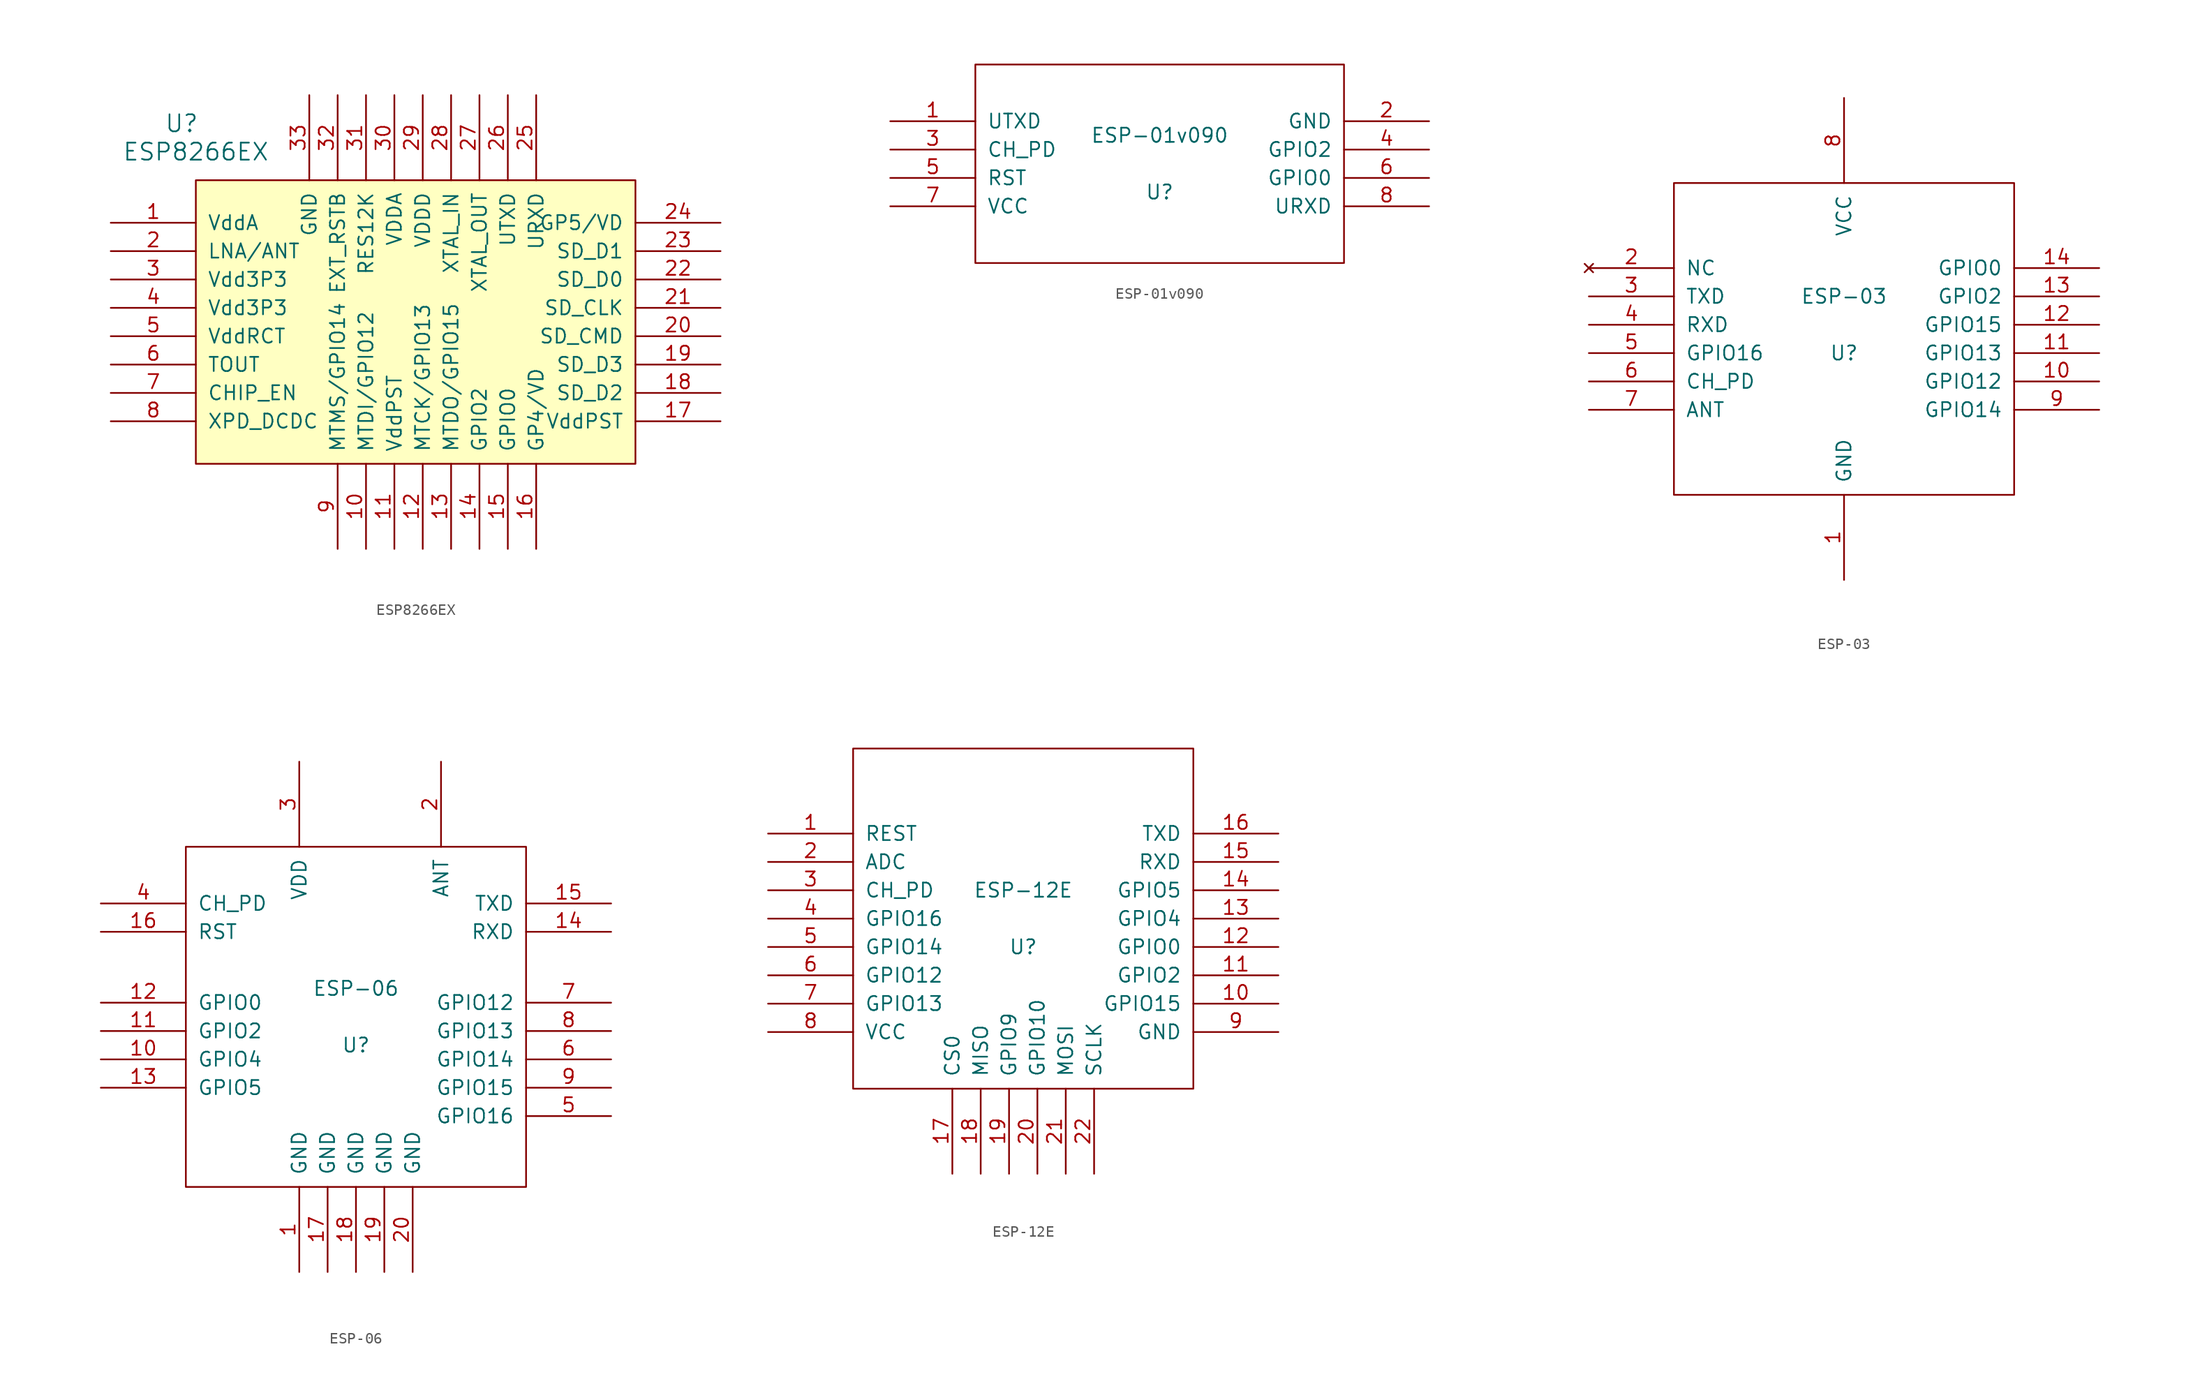
<source format=kicad_sym>
(kicad_symbol_lib
  (version 20241209)
  (generator "kicad_symbol_editor")
  (generator_version "9.0")
  (symbol "ESP8266EX"
    (pin_names
      (offset 1.016))
    (property "Reference" "U"
      (at -22.86 17.78 0)
      (effects (font (size 1.524 1.524))))
    (property "Value" "ESP8266EX"
      (at -21.59 15.24 0)
      (effects (font (size 1.524 1.524))))
    (property "Footprint" ""
      (at -22.86 17.78 0)
      (effects (font (size 1.524 1.524))))
    (property "Datasheet" ""
      (at -22.86 17.78 0)
      (effects (font (size 1.524 1.524))))
    (symbol "ESP8266EX_0_1"
      (rectangle (start -21.59 12.7) (end 17.78 -12.7) (stroke (width 0) (type solid)) (fill (type background))))
    (symbol "ESP8266EX_1_1"
      (pin input line (at -29.21 8.89 0) (length 7.62) (name "VddA" (effects (font (size 1.27 1.27)))) (number "1" (effects (font (size 1.27 1.27)))))
      (pin input line (at -29.21 6.35 0) (length 7.62) (name "LNA/ANT" (effects (font (size 1.27 1.27)))) (number "2" (effects (font (size 1.27 1.27)))))
      (pin input line (at -29.21 3.81 0) (length 7.62) (name "Vdd3P3" (effects (font (size 1.27 1.27)))) (number "3" (effects (font (size 1.27 1.27)))))
      (pin input line (at -29.21 1.27 0) (length 7.62) (name "Vdd3P3" (effects (font (size 1.27 1.27)))) (number "4" (effects (font (size 1.27 1.27)))))
      (pin input line (at -29.21 -1.27 0) (length 7.62) (name "VddRCT" (effects (font (size 1.27 1.27)))) (number "5" (effects (font (size 1.27 1.27)))))
      (pin input line (at -29.21 -3.81 0) (length 7.62) (name "TOUT" (effects (font (size 1.27 1.27)))) (number "6" (effects (font (size 1.27 1.27)))))
      (pin input line (at -29.21 -6.35 0) (length 7.62) (name "CHIP_EN" (effects (font (size 1.27 1.27)))) (number "7" (effects (font (size 1.27 1.27)))))
      (pin input line (at -29.21 -8.89 0) (length 7.62) (name "XPD_DCDC" (effects (font (size 1.27 1.27)))) (number "8" (effects (font (size 1.27 1.27)))))
      (pin input line (at -11.43 20.32 270) (length 7.62) (name "GND" (effects (font (size 1.27 1.27)))) (number "33" (effects (font (size 1.27 1.27)))))
      (pin input line (at -8.89 20.32 270) (length 7.62) (name "EXT_RSTB" (effects (font (size 1.27 1.27)))) (number "32" (effects (font (size 1.27 1.27)))))
      (pin input line (at -8.89 -20.32 90) (length 7.62) (name "MTMS/GPIO14" (effects (font (size 1.27 1.27)))) (number "9" (effects (font (size 1.27 1.27)))))
      (pin input line (at -6.35 20.32 270) (length 7.62) (name "RES12K" (effects (font (size 1.27 1.27)))) (number "31" (effects (font (size 1.27 1.27)))))
      (pin input line (at -6.35 -20.32 90) (length 7.62) (name "MTDI/GPIO12" (effects (font (size 1.27 1.27)))) (number "10" (effects (font (size 1.27 1.27)))))
      (pin input line (at -3.81 20.32 270) (length 7.62) (name "VDDA" (effects (font (size 1.27 1.27)))) (number "30" (effects (font (size 1.27 1.27)))))
      (pin input line (at -3.81 -20.32 90) (length 7.62) (name "VddPST" (effects (font (size 1.27 1.27)))) (number "11" (effects (font (size 1.27 1.27)))))
      (pin input line (at -1.27 20.32 270) (length 7.62) (name "VDDD" (effects (font (size 1.27 1.27)))) (number "29" (effects (font (size 1.27 1.27)))))
      (pin input line (at -1.27 -20.32 90) (length 7.62) (name "MTCK/GPIO13" (effects (font (size 1.27 1.27)))) (number "12" (effects (font (size 1.27 1.27)))))
      (pin input line (at 1.27 20.32 270) (length 7.62) (name "XTAL_IN" (effects (font (size 1.27 1.27)))) (number "28" (effects (font (size 1.27 1.27)))))
      (pin input line (at 1.27 -20.32 90) (length 7.62) (name "MTDO/GPIO15" (effects (font (size 1.27 1.27)))) (number "13" (effects (font (size 1.27 1.27)))))
      (pin input line (at 3.81 20.32 270) (length 7.62) (name "XTAL_OUT" (effects (font (size 1.27 1.27)))) (number "27" (effects (font (size 1.27 1.27)))))
      (pin input line (at 3.81 -20.32 90) (length 7.62) (name "GPIO2" (effects (font (size 1.27 1.27)))) (number "14" (effects (font (size 1.27 1.27)))))
      (pin input line (at 6.35 20.32 270) (length 7.62) (name "UTXD" (effects (font (size 1.27 1.27)))) (number "26" (effects (font (size 1.27 1.27)))))
      (pin input line (at 6.35 -20.32 90) (length 7.62) (name "GPIO0" (effects (font (size 1.27 1.27)))) (number "15" (effects (font (size 1.27 1.27)))))
      (pin input line (at 8.89 20.32 270) (length 7.62) (name "URXD" (effects (font (size 1.27 1.27)))) (number "25" (effects (font (size 1.27 1.27)))))
      (pin input line (at 8.89 -20.32 90) (length 7.62) (name "GP4/VD" (effects (font (size 1.27 1.27)))) (number "16" (effects (font (size 1.27 1.27)))))
      (pin input line (at 25.4 8.89 180) (length 7.62) (name "GP5/VD" (effects (font (size 1.27 1.27)))) (number "24" (effects (font (size 1.27 1.27)))))
      (pin input line (at 25.4 6.35 180) (length 7.62) (name "SD_D1" (effects (font (size 1.27 1.27)))) (number "23" (effects (font (size 1.27 1.27)))))
      (pin input line (at 25.4 3.81 180) (length 7.62) (name "SD_D0" (effects (font (size 1.27 1.27)))) (number "22" (effects (font (size 1.27 1.27)))))
      (pin input line (at 25.4 1.27 180) (length 7.62) (name "SD_CLK" (effects (font (size 1.27 1.27)))) (number "21" (effects (font (size 1.27 1.27)))))
      (pin input line (at 25.4 -1.27 180) (length 7.62) (name "SD_CMD" (effects (font (size 1.27 1.27)))) (number "20" (effects (font (size 1.27 1.27)))))
      (pin input line (at 25.4 -3.81 180) (length 7.62) (name "SD_D3" (effects (font (size 1.27 1.27)))) (number "19" (effects (font (size 1.27 1.27)))))
      (pin input line (at 25.4 -6.35 180) (length 7.62) (name "SD_D2" (effects (font (size 1.27 1.27)))) (number "18" (effects (font (size 1.27 1.27)))))
      (pin input line (at 25.4 -8.89 180) (length 7.62) (name "VddPST" (effects (font (size 1.27 1.27)))) (number "17" (effects (font (size 1.27 1.27)))))))
  (symbol "ESP-01v090"
    (pin_names
      (offset 1.016))
    (property "Reference" "U"
      (at 0 -2.54 0)
      (effects (font (size 1.27 1.27))))
    (property "Value" "ESP-01v090"
      (at 0 2.54 0)
      (effects (font (size 1.27 1.27))))
    (symbol "ESP-01v090_1_0"
      (rectangle (start -16.51 -8.89) (end 16.51 8.89) (stroke (width 0) (type solid)) (fill (type none))))
    (symbol "ESP-01v090_1_1"
      (pin output line (at -24.13 3.81 0) (length 7.62) (name "UTXD" (effects (font (size 1.27 1.27)))) (number "1" (effects (font (size 1.27 1.27)))))
      (pin input line (at -24.13 1.27 0) (length 7.62) (name "CH_PD" (effects (font (size 1.27 1.27)))) (number "3" (effects (font (size 1.27 1.27)))))
      (pin input line (at -24.13 -1.27 0) (length 7.62) (name "RST" (effects (font (size 1.27 1.27)))) (number "5" (effects (font (size 1.27 1.27)))))
      (pin power_in line (at -24.13 -3.81 0) (length 7.62) (name "VCC" (effects (font (size 1.27 1.27)))) (number "7" (effects (font (size 1.27 1.27)))))
      (pin power_in line (at 24.13 3.81 180) (length 7.62) (name "GND" (effects (font (size 1.27 1.27)))) (number "2" (effects (font (size 1.27 1.27)))))
      (pin tri_state line (at 24.13 1.27 180) (length 7.62) (name "GPIO2" (effects (font (size 1.27 1.27)))) (number "4" (effects (font (size 1.27 1.27)))))
      (pin tri_state line (at 24.13 -1.27 180) (length 7.62) (name "GPIO0" (effects (font (size 1.27 1.27)))) (number "6" (effects (font (size 1.27 1.27)))))
      (pin input line (at 24.13 -3.81 180) (length 7.62) (name "URXD" (effects (font (size 1.27 1.27)))) (number "8" (effects (font (size 1.27 1.27)))))))
  (symbol "ESP-03"
    (pin_names
      (offset 1.016))
    (property "Reference" "U"
      (at 0 0 0)
      (effects (font (size 1.27 1.27))))
    (property "Value" "ESP-03"
      (at 0 5.08 0)
      (effects (font (size 1.27 1.27))))
    (symbol "ESP-03_1_0"
      (rectangle (start -15.24 -12.7) (end 15.24 15.24) (stroke (width 0) (type solid)) (fill (type none))))
    (symbol "ESP-03_1_1"
      (pin no_connect line (at -22.86 7.62 0) (length 7.62) (name "NC" (effects (font (size 1.27 1.27)))) (number "2" (effects (font (size 1.27 1.27)))))
      (pin output line (at -22.86 5.08 0) (length 7.62) (name "TXD" (effects (font (size 1.27 1.27)))) (number "3" (effects (font (size 1.27 1.27)))))
      (pin input line (at -22.86 2.54 0) (length 7.62) (name "RXD" (effects (font (size 1.27 1.27)))) (number "4" (effects (font (size 1.27 1.27)))))
      (pin bidirectional line (at -22.86 0 0) (length 7.62) (name "GPIO16" (effects (font (size 1.27 1.27)))) (number "5" (effects (font (size 1.27 1.27)))))
      (pin input line (at -22.86 -2.54 0) (length 7.62) (name "CH_PD" (effects (font (size 1.27 1.27)))) (number "6" (effects (font (size 1.27 1.27)))))
      (pin unspecified line (at -22.86 -5.08 0) (length 7.62) (name "ANT" (effects (font (size 1.27 1.27)))) (number "7" (effects (font (size 1.27 1.27)))))
      (pin power_in line (at 0 22.86 270) (length 7.62) (name "VCC" (effects (font (size 1.27 1.27)))) (number "8" (effects (font (size 1.27 1.27)))))
      (pin power_in line (at 0 -20.32 90) (length 7.62) (name "GND" (effects (font (size 1.27 1.27)))) (number "1" (effects (font (size 1.27 1.27)))))
      (pin input line (at 22.86 7.62 180) (length 7.62) (name "GPIO0" (effects (font (size 1.27 1.27)))) (number "14" (effects (font (size 1.27 1.27)))))
      (pin bidirectional line (at 22.86 5.08 180) (length 7.62) (name "GPIO2" (effects (font (size 1.27 1.27)))) (number "13" (effects (font (size 1.27 1.27)))))
      (pin bidirectional line (at 22.86 2.54 180) (length 7.62) (name "GPIO15" (effects (font (size 1.27 1.27)))) (number "12" (effects (font (size 1.27 1.27)))))
      (pin bidirectional line (at 22.86 0 180) (length 7.62) (name "GPIO13" (effects (font (size 1.27 1.27)))) (number "11" (effects (font (size 1.27 1.27)))))
      (pin bidirectional line (at 22.86 -2.54 180) (length 7.62) (name "GPIO12" (effects (font (size 1.27 1.27)))) (number "10" (effects (font (size 1.27 1.27)))))
      (pin bidirectional line (at 22.86 -5.08 180) (length 7.62) (name "GPIO14" (effects (font (size 1.27 1.27)))) (number "9" (effects (font (size 1.27 1.27)))))))
  (symbol "ESP-06"
    (pin_names
      (offset 1.016))
    (property "Reference" "U"
      (at 0 -2.54 0)
      (effects (font (size 1.27 1.27))))
    (property "Value" "ESP-06"
      (at 0 2.54 0)
      (effects (font (size 1.27 1.27))))
    (symbol "ESP-06_1_0"
      (rectangle (start -15.24 -15.24) (end 15.24 15.24) (stroke (width 0) (type solid)) (fill (type none))))
    (symbol "ESP-06_1_1"
      (pin input line (at -22.86 10.16 0) (length 7.62) (name "CH_PD" (effects (font (size 1.27 1.27)))) (number "4" (effects (font (size 1.27 1.27)))))
      (pin input line (at -22.86 7.62 0) (length 7.62) (name "RST" (effects (font (size 1.27 1.27)))) (number "16" (effects (font (size 1.27 1.27)))))
      (pin bidirectional line (at -22.86 1.27 0) (length 7.62) (name "GPIO0" (effects (font (size 1.27 1.27)))) (number "12" (effects (font (size 1.27 1.27)))))
      (pin bidirectional line (at -22.86 -1.27 0) (length 7.62) (name "GPIO2" (effects (font (size 1.27 1.27)))) (number "11" (effects (font (size 1.27 1.27)))))
      (pin bidirectional line (at -22.86 -3.81 0) (length 7.62) (name "GPIO4" (effects (font (size 1.27 1.27)))) (number "10" (effects (font (size 1.27 1.27)))))
      (pin bidirectional line (at -22.86 -6.35 0) (length 7.62) (name "GPIO5" (effects (font (size 1.27 1.27)))) (number "13" (effects (font (size 1.27 1.27)))))
      (pin power_in line (at -5.08 22.86 270) (length 7.62) (name "VDD" (effects (font (size 1.27 1.27)))) (number "3" (effects (font (size 1.27 1.27)))))
      (pin power_in line (at -5.08 -22.86 90) (length 7.62) (name "GND" (effects (font (size 1.27 1.27)))) (number "1" (effects (font (size 1.27 1.27)))))
      (pin power_in line (at -2.54 -22.86 90) (length 7.62) (name "GND" (effects (font (size 1.27 1.27)))) (number "17" (effects (font (size 1.27 1.27)))))
      (pin power_in line (at 0 -22.86 90) (length 7.62) (name "GND" (effects (font (size 1.27 1.27)))) (number "18" (effects (font (size 1.27 1.27)))))
      (pin power_in line (at 2.54 -22.86 90) (length 7.62) (name "GND" (effects (font (size 1.27 1.27)))) (number "19" (effects (font (size 1.27 1.27)))))
      (pin power_in line (at 5.08 -22.86 90) (length 7.62) (name "GND" (effects (font (size 1.27 1.27)))) (number "20" (effects (font (size 1.27 1.27)))))
      (pin unspecified line (at 7.62 22.86 270) (length 7.62) (name "ANT" (effects (font (size 1.27 1.27)))) (number "2" (effects (font (size 1.27 1.27)))))
      (pin output line (at 22.86 10.16 180) (length 7.62) (name "TXD" (effects (font (size 1.27 1.27)))) (number "15" (effects (font (size 1.27 1.27)))))
      (pin input line (at 22.86 7.62 180) (length 7.62) (name "RXD" (effects (font (size 1.27 1.27)))) (number "14" (effects (font (size 1.27 1.27)))))
      (pin bidirectional line (at 22.86 1.27 180) (length 7.62) (name "GPIO12" (effects (font (size 1.27 1.27)))) (number "7" (effects (font (size 1.27 1.27)))))
      (pin bidirectional line (at 22.86 -1.27 180) (length 7.62) (name "GPIO13" (effects (font (size 1.27 1.27)))) (number "8" (effects (font (size 1.27 1.27)))))
      (pin bidirectional line (at 22.86 -3.81 180) (length 7.62) (name "GPIO14" (effects (font (size 1.27 1.27)))) (number "6" (effects (font (size 1.27 1.27)))))
      (pin bidirectional line (at 22.86 -6.35 180) (length 7.62) (name "GPIO15" (effects (font (size 1.27 1.27)))) (number "9" (effects (font (size 1.27 1.27)))))
      (pin bidirectional line (at 22.86 -8.89 180) (length 7.62) (name "GPIO16" (effects (font (size 1.27 1.27)))) (number "5" (effects (font (size 1.27 1.27)))))))
  (symbol "ESP-12E"
    (pin_names
      (offset 1.016))
    (property "Reference" "U"
      (at 0 -2.54 0)
      (effects (font (size 1.27 1.27))))
    (property "Value" "ESP-12E"
      (at 0 2.54 0)
      (effects (font (size 1.27 1.27))))
    (symbol "ESP-12E_1_0"
      (rectangle (start -15.24 -15.24) (end 15.24 15.24) (stroke (width 0) (type solid)) (fill (type none))))
    (symbol "ESP-12E_1_1"
      (pin input line (at -22.86 7.62 0) (length 7.62) (name "REST" (effects (font (size 1.27 1.27)))) (number "1" (effects (font (size 1.27 1.27)))))
      (pin passive line (at -22.86 5.08 0) (length 7.62) (name "ADC" (effects (font (size 1.27 1.27)))) (number "2" (effects (font (size 1.27 1.27)))))
      (pin input line (at -22.86 2.54 0) (length 7.62) (name "CH_PD" (effects (font (size 1.27 1.27)))) (number "3" (effects (font (size 1.27 1.27)))))
      (pin bidirectional line (at -22.86 0 0) (length 7.62) (name "GPIO16" (effects (font (size 1.27 1.27)))) (number "4" (effects (font (size 1.27 1.27)))))
      (pin bidirectional line (at -22.86 -2.54 0) (length 7.62) (name "GPIO14" (effects (font (size 1.27 1.27)))) (number "5" (effects (font (size 1.27 1.27)))))
      (pin bidirectional line (at -22.86 -5.08 0) (length 7.62) (name "GPIO12" (effects (font (size 1.27 1.27)))) (number "6" (effects (font (size 1.27 1.27)))))
      (pin bidirectional line (at -22.86 -7.62 0) (length 7.62) (name "GPIO13" (effects (font (size 1.27 1.27)))) (number "7" (effects (font (size 1.27 1.27)))))
      (pin power_in line (at -22.86 -10.16 0) (length 7.62) (name "VCC" (effects (font (size 1.27 1.27)))) (number "8" (effects (font (size 1.27 1.27)))))
      (pin bidirectional line (at -6.35 -22.86 90) (length 7.62) (name "CS0" (effects (font (size 1.27 1.27)))) (number "17" (effects (font (size 1.27 1.27)))))
      (pin bidirectional line (at -3.81 -22.86 90) (length 7.62) (name "MISO" (effects (font (size 1.27 1.27)))) (number "18" (effects (font (size 1.27 1.27)))))
      (pin bidirectional line (at -1.27 -22.86 90) (length 7.62) (name "GPIO9" (effects (font (size 1.27 1.27)))) (number "19" (effects (font (size 1.27 1.27)))))
      (pin bidirectional line (at 1.27 -22.86 90) (length 7.62) (name "GPIO10" (effects (font (size 1.27 1.27)))) (number "20" (effects (font (size 1.27 1.27)))))
      (pin bidirectional line (at 3.81 -22.86 90) (length 7.62) (name "MOSI" (effects (font (size 1.27 1.27)))) (number "21" (effects (font (size 1.27 1.27)))))
      (pin bidirectional line (at 6.35 -22.86 90) (length 7.62) (name "SCLK" (effects (font (size 1.27 1.27)))) (number "22" (effects (font (size 1.27 1.27)))))
      (pin output line (at 22.86 7.62 180) (length 7.62) (name "TXD" (effects (font (size 1.27 1.27)))) (number "16" (effects (font (size 1.27 1.27)))))
      (pin input line (at 22.86 5.08 180) (length 7.62) (name "RXD" (effects (font (size 1.27 1.27)))) (number "15" (effects (font (size 1.27 1.27)))))
      (pin bidirectional line (at 22.86 2.54 180) (length 7.62) (name "GPIO5" (effects (font (size 1.27 1.27)))) (number "14" (effects (font (size 1.27 1.27)))))
      (pin bidirectional line (at 22.86 0 180) (length 7.62) (name "GPIO4" (effects (font (size 1.27 1.27)))) (number "13" (effects (font (size 1.27 1.27)))))
      (pin bidirectional line (at 22.86 -2.54 180) (length 7.62) (name "GPIO0" (effects (font (size 1.27 1.27)))) (number "12" (effects (font (size 1.27 1.27)))))
      (pin bidirectional line (at 22.86 -5.08 180) (length 7.62) (name "GPIO2" (effects (font (size 1.27 1.27)))) (number "11" (effects (font (size 1.27 1.27)))))
      (pin bidirectional line (at 22.86 -7.62 180) (length 7.62) (name "GPIO15" (effects (font (size 1.27 1.27)))) (number "10" (effects (font (size 1.27 1.27)))))
      (pin power_in line (at 22.86 -10.16 180) (length 7.62) (name "GND" (effects (font (size 1.27 1.27)))) (number "9" (effects (font (size 1.27 1.27))))))))
</source>
